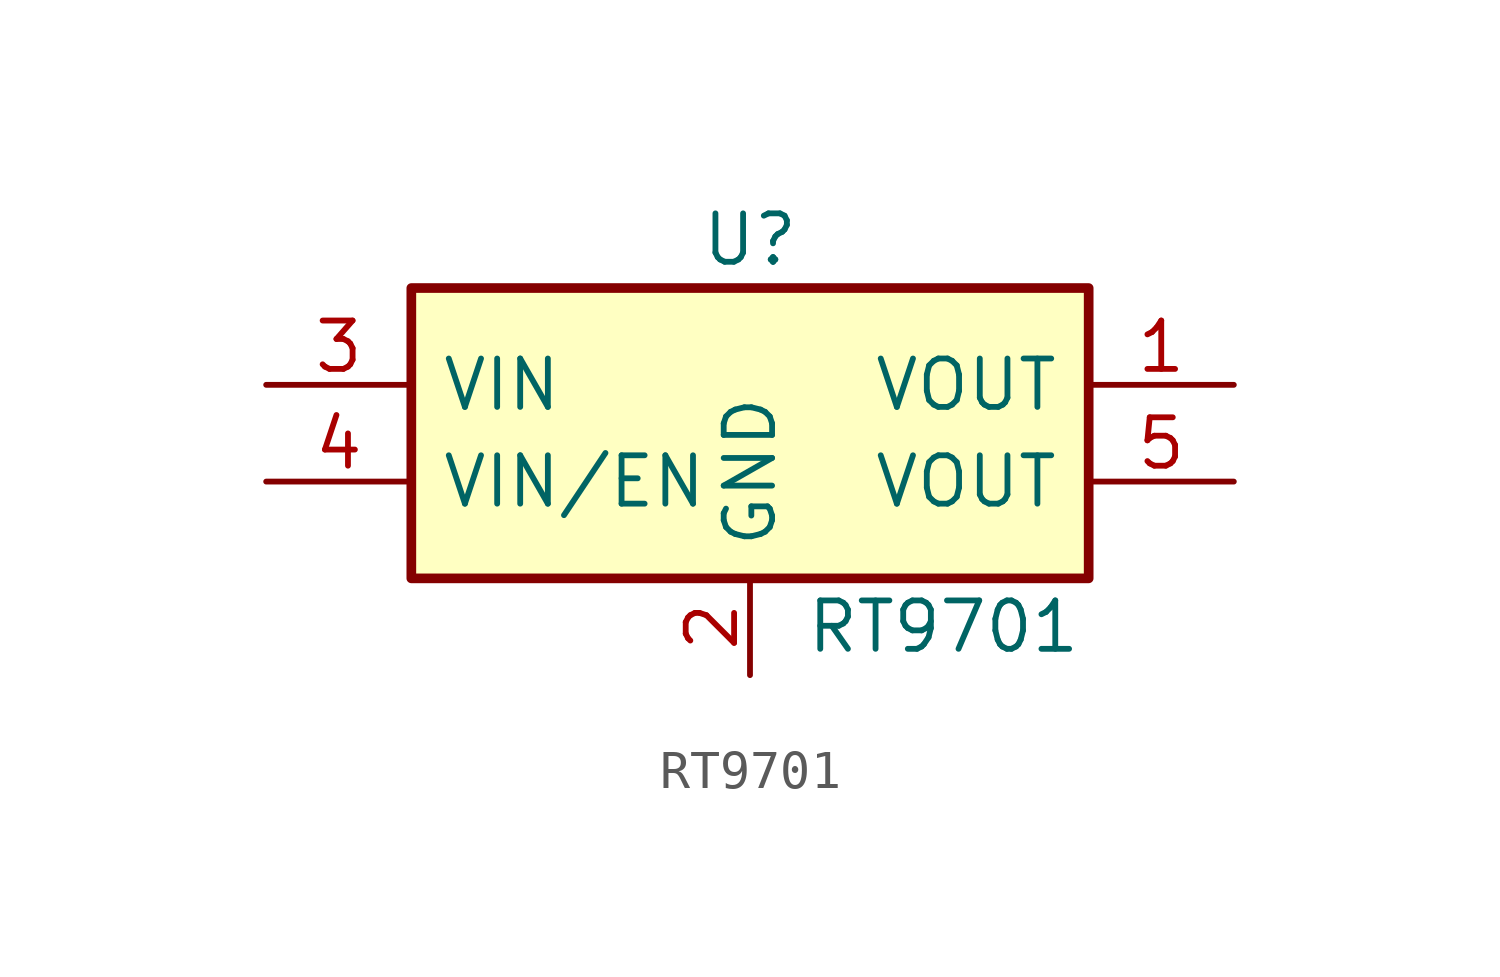
<source format=kicad_sym>
(kicad_symbol_lib
  (version 20220914)
  (generator kicad_symbol_editor)
  (symbol "RT9701"
    (pin_names
      (offset 0.762))
    (property "Reference" "U"
      (at 0 6.35 0)
      (effects (font (size 1.27 1.27))))
    (property "Value" "RT9701"
      (at 5.08 -3.81 0)
      (effects (font (size 1.27 1.27))))
    (symbol "RT9701_0_1"
      (rectangle (start -8.89 5.08) (end 8.89 -2.54) (stroke (width 0.254) (type default)) (fill (type background))))
    (symbol "RT9701_1_1"
      (pin power_out line (at 12.7 2.54 180) (length 3.81) (name "VOUT" (effects (font (size 1.27 1.27)))) (number "1" (effects (font (size 1.27 1.27)))))
      (pin power_in line (at 0 -5.08 90) (length 2.54) (name "GND" (effects (font (size 1.27 1.27)))) (number "2" (effects (font (size 1.27 1.27)))))
      (pin power_in line (at -12.7 2.54 0) (length 3.81) (name "VIN" (effects (font (size 1.27 1.27)))) (number "3" (effects (font (size 1.27 1.27)))))
      (pin input line (at -12.7 0 0) (length 3.81) (name "VIN/EN" (effects (font (size 1.27 1.27)))) (number "4" (effects (font (size 1.27 1.27)))))
      (pin passive line (at 12.7 0 180) (length 3.81) (name "VOUT" (effects (font (size 1.27 1.27)))) (number "5" (effects (font (size 1.27 1.27))))))))
</source>
